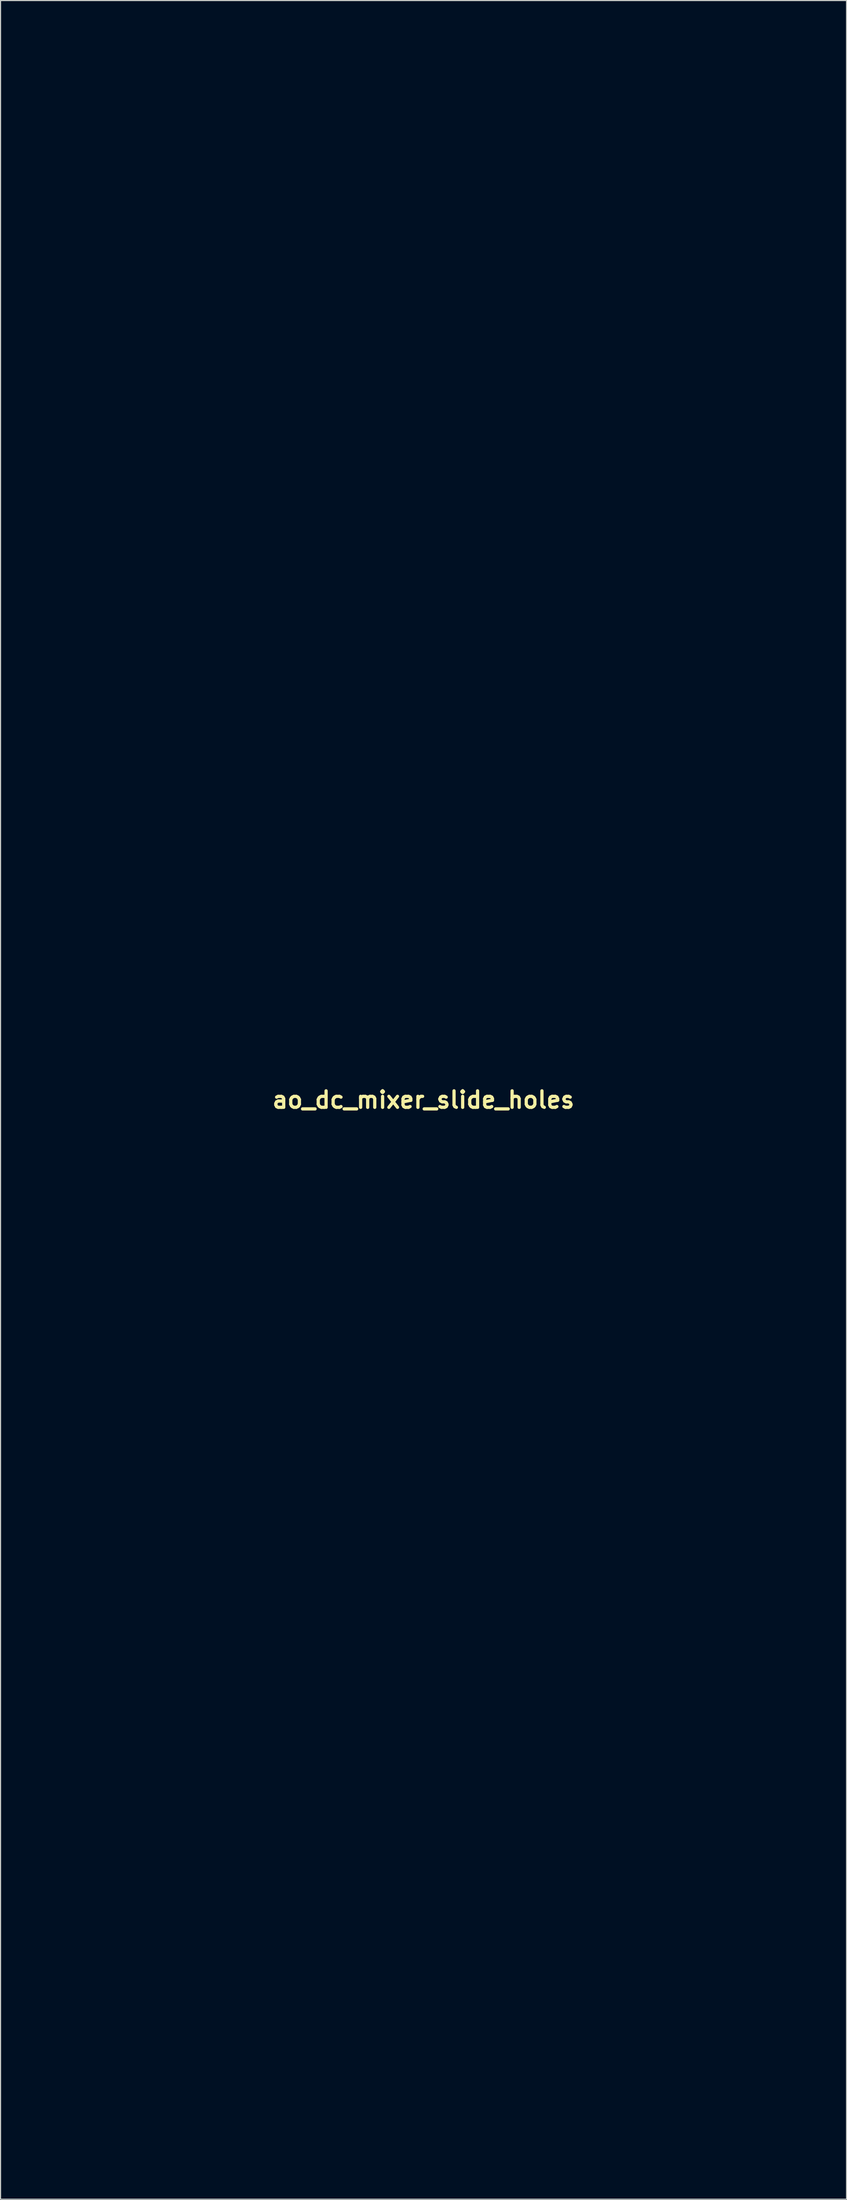
<source format=kicad_pcb>
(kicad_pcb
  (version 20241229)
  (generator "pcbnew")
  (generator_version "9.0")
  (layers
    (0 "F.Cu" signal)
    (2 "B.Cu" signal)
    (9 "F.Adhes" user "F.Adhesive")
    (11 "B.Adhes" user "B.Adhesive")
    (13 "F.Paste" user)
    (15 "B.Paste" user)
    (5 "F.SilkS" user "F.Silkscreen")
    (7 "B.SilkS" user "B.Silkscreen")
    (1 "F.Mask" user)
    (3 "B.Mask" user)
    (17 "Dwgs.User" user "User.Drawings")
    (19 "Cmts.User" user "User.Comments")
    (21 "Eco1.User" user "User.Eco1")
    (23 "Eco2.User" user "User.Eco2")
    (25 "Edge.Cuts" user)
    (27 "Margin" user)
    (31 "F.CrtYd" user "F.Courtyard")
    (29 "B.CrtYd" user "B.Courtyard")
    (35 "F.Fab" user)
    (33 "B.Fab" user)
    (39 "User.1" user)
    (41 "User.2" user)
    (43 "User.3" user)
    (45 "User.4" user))
  (footprint "ao_dc_mixer_slide_holes"
    (layer "F.Cu")
    (at 36.096 98.605)
    (property "Reference" "ao_dc_mixer_slide_holes" (at 0 0 0) (layer "F.SilkS") (effects (font (size 1.524 1.524) (thickness 0.3))))
    (attr through_hole)
    (fp_poly (pts (xy -29.185 2.997) (xy -30.785 2.997) (xy -30.785 -63.017) (xy -29.185 -63.017) (xy -29.185 2.997)) (stroke (width 0.01) (type solid)) (fill no) (layer "Eco1.User"))
    (fp_poly (pts (xy 0.813 2.997) (xy -0.787 2.997) (xy -0.787 -63.017) (xy 0.813 -63.017) (xy 0.813 2.997)) (stroke (width 0.01) (type solid)) (fill no) (layer "Eco1.User"))
    (fp_poly (pts (xy 30.81 2.997) (xy 29.21 2.997) (xy 29.21 -63.017) (xy 30.81 -63.017) (xy 30.81 2.997)) (stroke (width 0.01) (type solid)) (fill no) (layer "Eco1.User"))
    (fp_poly (pts (xy -14.18 -30.004) (xy -14.173 2.997) (xy -15.799 2.997) (xy -15.786 -63.005) (xy -14.186 -63.005) (xy -14.18 -30.004)) (stroke (width 0.01) (type solid)) (fill no) (layer "Eco1.User"))
    (fp_poly (pts (xy 15.818 -30.004) (xy 15.824 2.997) (xy 14.199 2.997) (xy 14.211 -63.005) (xy 15.812 -63.005) (xy 15.818 -30.004)) (stroke (width 0.01) (type solid)) (fill no) (layer "Eco1.User"))
    (fp_poly (pts (xy -29.807 23.409) (xy -29.545 23.46) (xy -29.302 23.551) (xy -29.082 23.678) (xy -28.887 23.838) (xy -28.72 24.024) (xy -28.584 24.234) (xy -28.481 24.462) (xy -28.414 24.705) (xy -28.387 24.958) (xy -28.401 25.217) (xy -28.46 25.478) (xy -28.566 25.737) (xy -28.57 25.743) (xy -28.689 25.93) (xy -28.846 26.111) (xy -29.026 26.272) (xy -29.217 26.4) (xy -29.286 26.435) (xy -29.513 26.528) (xy -29.729 26.583) (xy -29.951 26.602) (xy -30.191 26.589) (xy -30.451 26.538) (xy -30.694 26.443) (xy -30.915 26.309) (xy -31.111 26.141) (xy -31.279 25.946) (xy -31.415 25.727) (xy -31.515 25.489) (xy -31.577 25.238) (xy -31.595 24.979) (xy -31.583 24.867) (xy -30.988 24.867) (xy -30.988 25.121) (xy -30.124 25.121) (xy -30.124 25.984) (xy -29.87 25.984) (xy -29.87 25.121) (xy -29.007 25.121) (xy -29.007 24.867) (xy -29.87 24.867) (xy -29.87 24.003) (xy -30.124 24.003) (xy -30.124 24.867) (xy -30.988 24.867) (xy -31.583 24.867) (xy -31.568 24.717) (xy -31.551 24.643) (xy -31.484 24.423) (xy -31.4 24.238) (xy -31.29 24.07) (xy -31.145 23.904) (xy -31.128 23.887) (xy -30.923 23.703) (xy -30.713 23.567) (xy -30.49 23.473) (xy -30.247 23.418) (xy -30.086 23.402) (xy -29.807 23.409)) (stroke (width 0.01) (type solid)) (fill no) (layer "Eco1.User"))
    (fp_poly (pts (xy 30.112 23.403) (xy 30.37 23.435) (xy 30.599 23.502) (xy 30.809 23.607) (xy 31.011 23.754) (xy 31.141 23.875) (xy 31.292 24.04) (xy 31.406 24.201) (xy 31.491 24.373) (xy 31.558 24.574) (xy 31.573 24.627) (xy 31.617 24.897) (xy 31.615 25.162) (xy 31.569 25.415) (xy 31.482 25.655) (xy 31.359 25.876) (xy 31.203 26.075) (xy 31.017 26.248) (xy 30.804 26.391) (xy 30.569 26.5) (xy 30.314 26.571) (xy 30.043 26.599) (xy 29.845 26.592) (xy 29.666 26.567) (xy 29.509 26.525) (xy 29.348 26.458) (xy 29.273 26.421) (xy 29.119 26.323) (xy 28.959 26.191) (xy 28.808 26.039) (xy 28.679 25.879) (xy 28.595 25.743) (xy 28.485 25.478) (xy 28.424 25.207) (xy 28.412 24.932) (xy 28.42 24.867) (xy 29.032 24.867) (xy 29.032 25.121) (xy 29.896 25.121) (xy 29.896 25.984) (xy 30.15 25.984) (xy 30.15 25.121) (xy 31.013 25.121) (xy 31.013 24.867) (xy 30.15 24.867) (xy 30.15 24.003) (xy 29.896 24.003) (xy 29.896 24.867) (xy 29.032 24.867) (xy 28.42 24.867) (xy 28.447 24.661) (xy 28.53 24.398) (xy 28.66 24.148) (xy 28.68 24.116) (xy 28.858 23.894) (xy 29.067 23.71) (xy 29.301 23.566) (xy 29.557 23.465) (xy 29.828 23.41) (xy 30.109 23.402) (xy 30.112 23.403)) (stroke (width 0.01) (type solid)) (fill no) (layer "Eco1.User"))
    (fp_poly (pts (xy -29.616 -71.559) (xy -29.358 -71.472) (xy -29.116 -71.34) (xy -28.895 -71.163) (xy -28.865 -71.134) (xy -28.676 -70.914) (xy -28.536 -70.677) (xy -28.442 -70.422) (xy -28.396 -70.149) (xy -28.391 -70.028) (xy -28.396 -69.835) (xy -28.419 -69.668) (xy -28.465 -69.507) (xy -28.538 -69.33) (xy -28.555 -69.293) (xy -28.689 -69.068) (xy -28.864 -68.866) (xy -29.071 -68.692) (xy -29.302 -68.553) (xy -29.551 -68.455) (xy -29.603 -68.441) (xy -29.735 -68.418) (xy -29.898 -68.407) (xy -30.072 -68.407) (xy -30.239 -68.418) (xy -30.378 -68.44) (xy -30.384 -68.442) (xy -30.626 -68.526) (xy -30.857 -68.654) (xy -31.068 -68.819) (xy -31.251 -69.017) (xy -31.4 -69.239) (xy -31.451 -69.34) (xy -31.543 -69.6) (xy -31.588 -69.865) (xy -31.587 -70.129) (xy -30.988 -70.129) (xy -30.988 -69.875) (xy -30.124 -69.875) (xy -30.124 -69.012) (xy -29.87 -69.012) (xy -29.87 -69.875) (xy -29.007 -69.875) (xy -29.007 -70.129) (xy -29.87 -70.129) (xy -29.87 -70.993) (xy -30.124 -70.993) (xy -30.124 -70.129) (xy -30.988 -70.129) (xy -31.587 -70.129) (xy -31.587 -70.13) (xy -31.543 -70.391) (xy -31.458 -70.64) (xy -31.333 -70.872) (xy -31.172 -71.083) (xy -30.975 -71.265) (xy -30.745 -71.413) (xy -30.696 -71.438) (xy -30.428 -71.54) (xy -30.156 -71.594) (xy -29.883 -71.6) (xy -29.616 -71.559)) (stroke (width 0.01) (type solid)) (fill no) (layer "Eco1.User"))
    (fp_poly (pts (xy 30.288 -71.579) (xy 30.546 -71.513) (xy 30.783 -71.406) (xy 30.997 -71.265) (xy 31.184 -71.094) (xy 31.341 -70.896) (xy 31.467 -70.676) (xy 31.557 -70.44) (xy 31.609 -70.191) (xy 31.62 -69.933) (xy 31.587 -69.672) (xy 31.507 -69.412) (xy 31.477 -69.34) (xy 31.345 -69.11) (xy 31.175 -68.901) (xy 30.974 -68.721) (xy 30.749 -68.576) (xy 30.509 -68.471) (xy 30.358 -68.43) (xy 30.23 -68.413) (xy 30.074 -68.405) (xy 29.909 -68.407) (xy 29.755 -68.419) (xy 29.629 -68.439) (xy 29.616 -68.442) (xy 29.374 -68.53) (xy 29.144 -68.66) (xy 28.934 -68.825) (xy 28.754 -69.019) (xy 28.611 -69.232) (xy 28.581 -69.293) (xy 28.502 -69.474) (xy 28.451 -69.635) (xy 28.424 -69.797) (xy 28.415 -69.98) (xy 28.416 -70.028) (xy 28.426 -70.129) (xy 29.032 -70.129) (xy 29.032 -69.875) (xy 29.896 -69.875) (xy 29.896 -69.012) (xy 30.15 -69.012) (xy 30.15 -69.875) (xy 31.013 -69.875) (xy 31.013 -70.129) (xy 30.15 -70.129) (xy 30.15 -70.993) (xy 29.896 -70.993) (xy 29.896 -70.129) (xy 29.032 -70.129) (xy 28.426 -70.129) (xy 28.443 -70.305) (xy 28.516 -70.567) (xy 28.63 -70.807) (xy 28.781 -71.024) (xy 28.965 -71.212) (xy 29.178 -71.368) (xy 29.416 -71.487) (xy 29.675 -71.566) (xy 29.951 -71.601) (xy 30.012 -71.602) (xy 30.288 -71.579)) (stroke (width 0.01) (type solid)) (fill no) (layer "Eco1.User"))
    (fp_poly (pts (xy 33.444 -98.59) (xy 33.733 -98.59) (xy 33.979 -98.59) (xy 34.186 -98.589) (xy 34.358 -98.587) (xy 34.499 -98.586) (xy 34.613 -98.583) (xy 34.704 -98.579) (xy 34.776 -98.575) (xy 34.832 -98.57) (xy 34.878 -98.563) (xy 34.916 -98.555) (xy 34.951 -98.545) (xy 34.987 -98.534) (xy 34.989 -98.534) (xy 35.235 -98.431) (xy 35.465 -98.286) (xy 35.671 -98.106) (xy 35.842 -97.9) (xy 35.897 -97.813) (xy 36.016 -97.563) (xy 36.089 -97.302) (xy 36.116 -97.037) (xy 36.099 -96.772) (xy 36.04 -96.514) (xy 35.939 -96.268) (xy 35.799 -96.042) (xy 35.62 -95.839) (xy 35.405 -95.667) (xy 35.291 -95.599) (xy 35.163 -95.533) (xy 35.047 -95.483) (xy 35.044 -95.482) (xy 34.861 -95.415) (xy 33.16 -95.41) (xy 32.813 -95.409) (xy 32.514 -95.409) (xy 32.258 -95.409) (xy 32.042 -95.41) (xy 31.862 -95.411) (xy 31.715 -95.413) (xy 31.596 -95.416) (xy 31.502 -95.42) (xy 31.429 -95.425) (xy 31.375 -95.431) (xy 31.334 -95.438) (xy 31.318 -95.442) (xy 31.067 -95.534) (xy 30.832 -95.669) (xy 30.62 -95.841) (xy 30.438 -96.044) (xy 30.29 -96.272) (xy 30.184 -96.518) (xy 30.161 -96.596) (xy 30.134 -96.745) (xy 30.119 -96.92) (xy 30.118 -97.101) (xy 30.131 -97.268) (xy 30.147 -97.358) (xy 30.203 -97.532) (xy 30.289 -97.718) (xy 30.394 -97.897) (xy 30.508 -98.051) (xy 30.526 -98.071) (xy 30.702 -98.237) (xy 30.907 -98.381) (xy 31.122 -98.492) (xy 31.22 -98.529) (xy 31.407 -98.59) (xy 33.109 -98.59) (xy 33.444 -98.59)) (stroke (width 0.01) (type solid)) (fill no) (layer "Eco1.User"))
    (fp_poly (pts (xy -32.87 95.399) (xy -32.604 95.4) (xy -32.348 95.402) (xy -32.107 95.406) (xy -31.887 95.41) (xy -31.693 95.415) (xy -31.532 95.421) (xy -31.407 95.429) (xy -31.326 95.437) (xy -31.304 95.441) (xy -31.048 95.531) (xy -30.81 95.665) (xy -30.597 95.837) (xy -30.413 96.04) (xy -30.265 96.27) (xy -30.158 96.519) (xy -30.136 96.596) (xy -30.108 96.745) (xy -30.094 96.92) (xy -30.093 97.101) (xy -30.106 97.268) (xy -30.122 97.358) (xy -30.205 97.608) (xy -30.333 97.845) (xy -30.498 98.062) (xy -30.694 98.251) (xy -30.915 98.404) (xy -31.052 98.474) (xy -31.109 98.499) (xy -31.163 98.52) (xy -31.218 98.539) (xy -31.278 98.554) (xy -31.347 98.566) (xy -31.429 98.577) (xy -31.529 98.585) (xy -31.65 98.591) (xy -31.796 98.595) (xy -31.972 98.598) (xy -32.182 98.6) (xy -32.429 98.601) (xy -32.719 98.601) (xy -33.055 98.601) (xy -33.096 98.601) (xy -33.425 98.601) (xy -33.707 98.6) (xy -33.947 98.599) (xy -34.148 98.598) (xy -34.314 98.596) (xy -34.451 98.594) (xy -34.561 98.591) (xy -34.649 98.587) (xy -34.719 98.581) (xy -34.776 98.575) (xy -34.823 98.568) (xy -34.864 98.559) (xy -34.89 98.552) (xy -35.154 98.459) (xy -35.388 98.328) (xy -35.592 98.164) (xy -35.763 97.972) (xy -35.9 97.758) (xy -36.002 97.525) (xy -36.066 97.28) (xy -36.091 97.026) (xy -36.075 96.769) (xy -36.018 96.514) (xy -35.916 96.266) (xy -35.769 96.03) (xy -35.739 95.991) (xy -35.571 95.815) (xy -35.367 95.66) (xy -35.142 95.536) (xy -34.908 95.451) (xy -34.868 95.441) (xy -34.805 95.432) (xy -34.696 95.424) (xy -34.549 95.418) (xy -34.367 95.412) (xy -34.157 95.407) (xy -33.924 95.404) (xy -33.673 95.401) (xy -33.41 95.399) (xy -33.141 95.399) (xy -32.87 95.399)) (stroke (width 0.01) (type solid)) (fill no) (layer "Eco1.User"))
    (fp_poly (pts (xy -32.179 -98.599) (xy -31.94 -98.598) (xy -31.746 -98.595) (xy -31.593 -98.591) (xy -31.48 -98.586) (xy -31.406 -98.58) (xy -31.382 -98.577) (xy -31.128 -98.504) (xy -30.889 -98.386) (xy -30.671 -98.23) (xy -30.478 -98.04) (xy -30.318 -97.823) (xy -30.195 -97.583) (xy -30.122 -97.358) (xy -30.1 -97.212) (xy -30.092 -97.039) (xy -30.097 -96.857) (xy -30.116 -96.689) (xy -30.136 -96.596) (xy -30.229 -96.343) (xy -30.365 -96.107) (xy -30.538 -95.896) (xy -30.743 -95.714) (xy -30.974 -95.568) (xy -31.224 -95.464) (xy -31.304 -95.441) (xy -31.363 -95.433) (xy -31.468 -95.425) (xy -31.612 -95.419) (xy -31.791 -95.413) (xy -31.998 -95.409) (xy -32.229 -95.405) (xy -32.478 -95.403) (xy -32.74 -95.401) (xy -33.009 -95.401) (xy -33.279 -95.401) (xy -33.546 -95.402) (xy -33.804 -95.404) (xy -34.047 -95.407) (xy -34.269 -95.411) (xy -34.467 -95.416) (xy -34.633 -95.422) (xy -34.762 -95.429) (xy -34.85 -95.437) (xy -34.879 -95.442) (xy -35.129 -95.527) (xy -35.364 -95.657) (xy -35.577 -95.823) (xy -35.759 -96.02) (xy -35.902 -96.241) (xy -35.914 -96.265) (xy -35.985 -96.416) (xy -36.033 -96.547) (xy -36.062 -96.676) (xy -36.077 -96.82) (xy -36.08 -96.99) (xy -36.078 -97.141) (xy -36.071 -97.258) (xy -36.056 -97.356) (xy -36.031 -97.451) (xy -36.024 -97.472) (xy -35.917 -97.729) (xy -35.767 -97.964) (xy -35.579 -98.17) (xy -35.359 -98.344) (xy -35.112 -98.48) (xy -34.976 -98.533) (xy -34.942 -98.545) (xy -34.908 -98.555) (xy -34.871 -98.563) (xy -34.825 -98.57) (xy -34.769 -98.575) (xy -34.696 -98.58) (xy -34.604 -98.584) (xy -34.487 -98.587) (xy -34.343 -98.59) (xy -34.167 -98.592) (xy -33.956 -98.593) (xy -33.704 -98.595) (xy -33.408 -98.597) (xy -33.172 -98.598) (xy -32.793 -98.599) (xy -32.462 -98.6) (xy -32.179 -98.599)) (stroke (width 0.01) (type solid)) (fill no) (layer "Eco1.User"))
    (fp_poly (pts (xy 33.319 95.399) (xy 33.585 95.4) (xy 33.842 95.402) (xy 34.084 95.406) (xy 34.306 95.41) (xy 34.501 95.415) (xy 34.665 95.422) (xy 34.791 95.429) (xy 34.875 95.437) (xy 34.897 95.441) (xy 35.152 95.527) (xy 35.389 95.657) (xy 35.602 95.828) (xy 35.787 96.034) (xy 35.94 96.272) (xy 36.055 96.537) (xy 36.058 96.545) (xy 36.089 96.678) (xy 36.106 96.843) (xy 36.109 97.024) (xy 36.099 97.206) (xy 36.075 97.371) (xy 36.05 97.472) (xy 35.942 97.729) (xy 35.792 97.964) (xy 35.605 98.17) (xy 35.385 98.344) (xy 35.137 98.48) (xy 35.001 98.534) (xy 34.968 98.545) (xy 34.934 98.554) (xy 34.898 98.563) (xy 34.854 98.569) (xy 34.798 98.575) (xy 34.727 98.58) (xy 34.637 98.583) (xy 34.524 98.586) (xy 34.383 98.589) (xy 34.211 98.59) (xy 34.003 98.592) (xy 33.757 98.593) (xy 33.467 98.594) (xy 33.16 98.595) (xy 32.811 98.595) (xy 32.509 98.596) (xy 32.251 98.595) (xy 32.033 98.594) (xy 31.851 98.592) (xy 31.703 98.59) (xy 31.585 98.586) (xy 31.493 98.582) (xy 31.423 98.577) (xy 31.372 98.57) (xy 31.344 98.565) (xy 31.086 98.475) (xy 30.842 98.341) (xy 30.62 98.167) (xy 30.508 98.053) (xy 30.407 97.919) (xy 30.308 97.755) (xy 30.223 97.579) (xy 30.162 97.412) (xy 30.147 97.358) (xy 30.125 97.215) (xy 30.117 97.043) (xy 30.122 96.863) (xy 30.139 96.696) (xy 30.159 96.599) (xy 30.25 96.349) (xy 30.384 96.115) (xy 30.556 95.904) (xy 30.759 95.722) (xy 30.988 95.575) (xy 31.235 95.468) (xy 31.33 95.441) (xy 31.391 95.432) (xy 31.497 95.424) (xy 31.643 95.418) (xy 31.824 95.412) (xy 32.033 95.407) (xy 32.265 95.403) (xy 32.516 95.401) (xy 32.778 95.399) (xy 33.048 95.398) (xy 33.319 95.399)) (stroke (width 0.01) (type solid)) (fill no) (layer "Eco1.User"))
    (fp_poly (pts (xy 25.465 70.02) (xy 25.901 70.073) (xy 26.319 70.165) (xy 26.729 70.297) (xy 27.14 70.473) (xy 27.191 70.497) (xy 27.529 70.674) (xy 27.831 70.861) (xy 28.112 71.068) (xy 28.387 71.306) (xy 28.458 71.374) (xy 28.811 71.745) (xy 29.121 72.143) (xy 29.386 72.564) (xy 29.606 73.008) (xy 29.781 73.473) (xy 29.909 73.957) (xy 29.985 74.422) (xy 30.019 74.917) (xy 30.004 75.407) (xy 29.941 75.888) (xy 29.832 76.357) (xy 29.68 76.811) (xy 29.484 77.248) (xy 29.248 77.665) (xy 28.973 78.058) (xy 28.661 78.424) (xy 28.312 78.761) (xy 27.93 79.065) (xy 27.514 79.334) (xy 27.151 79.526) (xy 26.711 79.709) (xy 26.248 79.849) (xy 25.772 79.945) (xy 25.288 79.997) (xy 24.805 80.002) (xy 24.511 79.981) (xy 24.03 79.907) (xy 23.556 79.784) (xy 23.093 79.616) (xy 22.647 79.404) (xy 22.225 79.15) (xy 21.831 78.858) (xy 21.806 78.838) (xy 21.441 78.502) (xy 21.117 78.139) (xy 20.834 77.752) (xy 20.593 77.345) (xy 20.393 76.921) (xy 20.235 76.483) (xy 20.119 76.035) (xy 20.046 75.578) (xy 20.014 75.118) (xy 20.019 74.879) (xy 22.53 74.879) (xy 22.53 75.133) (xy 24.892 75.133) (xy 24.892 77.495) (xy 25.146 77.495) (xy 25.146 75.133) (xy 27.508 75.133) (xy 27.508 74.879) (xy 25.146 74.879) (xy 25.146 72.517) (xy 24.892 72.517) (xy 24.892 74.879) (xy 22.53 74.879) (xy 20.019 74.879) (xy 20.024 74.656) (xy 20.077 74.196) (xy 20.173 73.741) (xy 20.311 73.295) (xy 20.492 72.86) (xy 20.717 72.44) (xy 20.984 72.039) (xy 21.295 71.658) (xy 21.478 71.465) (xy 21.854 71.124) (xy 22.255 70.826) (xy 22.68 70.572) (xy 23.126 70.364) (xy 23.59 70.202) (xy 24.071 70.087) (xy 24.566 70.021) (xy 25.001 70.002) (xy 25.465 70.02)) (stroke (width 0.01) (type solid)) (fill no) (layer "Eco1.User"))
    (fp_poly (pts (xy 0.367 45.008) (xy 0.679 45.036) (xy 0.847 45.061) (xy 1.341 45.174) (xy 1.816 45.332) (xy 2.269 45.534) (xy 2.697 45.778) (xy 3.098 46.062) (xy 3.468 46.383) (xy 3.807 46.74) (xy 4.11 47.131) (xy 4.375 47.553) (xy 4.521 47.834) (xy 4.715 48.292) (xy 4.86 48.761) (xy 4.958 49.236) (xy 5.008 49.716) (xy 5.013 50.196) (xy 4.971 50.672) (xy 4.885 51.142) (xy 4.754 51.602) (xy 4.578 52.049) (xy 4.36 52.478) (xy 4.099 52.888) (xy 3.796 53.274) (xy 3.489 53.597) (xy 3.109 53.928) (xy 2.702 54.218) (xy 2.271 54.464) (xy 1.821 54.665) (xy 1.353 54.821) (xy 0.871 54.93) (xy 0.379 54.992) (xy -0.122 55.004) (xy -0.381 54.991) (xy -0.869 54.928) (xy -1.351 54.816) (xy -1.823 54.655) (xy -2.271 54.451) (xy -2.701 54.203) (xy -3.098 53.918) (xy -3.461 53.602) (xy -3.787 53.255) (xy -4.077 52.882) (xy -4.329 52.486) (xy -4.542 52.069) (xy -4.715 51.636) (xy -4.847 51.188) (xy -4.937 50.729) (xy -4.984 50.263) (xy -4.986 49.886) (xy -2.489 49.886) (xy -2.489 50.114) (xy -1.302 50.12) (xy -0.114 50.127) (xy -0.101 52.502) (xy 0.126 52.502) (xy 0.133 51.314) (xy 0.14 50.127) (xy 1.327 50.12) (xy 2.515 50.114) (xy 2.515 49.886) (xy 0.14 49.873) (xy 0.133 48.685) (xy 0.126 47.498) (xy -0.101 47.498) (xy -0.114 49.873) (xy -2.489 49.886) (xy -4.986 49.886) (xy -4.987 49.792) (xy -4.945 49.319) (xy -4.857 48.848) (xy -4.721 48.381) (xy -4.537 47.922) (xy -4.496 47.834) (xy -4.257 47.395) (xy -3.977 46.985) (xy -3.661 46.607) (xy -3.311 46.263) (xy -2.93 45.956) (xy -2.52 45.686) (xy -2.085 45.457) (xy -1.628 45.272) (xy -1.151 45.131) (xy -0.942 45.086) (xy -0.638 45.039) (xy -0.308 45.01) (xy 0.032 45) (xy 0.367 45.008)) (stroke (width 0.01) (type solid)) (fill no) (layer "Eco1.User"))
    (fp_poly (pts (xy 25.615 45.032) (xy 26.092 45.114) (xy 26.555 45.24) (xy 27.003 45.409) (xy 27.432 45.62) (xy 27.84 45.871) (xy 28.222 46.161) (xy 28.577 46.487) (xy 28.901 46.849) (xy 29.191 47.245) (xy 29.444 47.674) (xy 29.517 47.817) (xy 29.712 48.274) (xy 29.859 48.745) (xy 29.959 49.226) (xy 30.011 49.712) (xy 30.015 50.201) (xy 29.972 50.688) (xy 29.881 51.17) (xy 29.742 51.643) (xy 29.555 52.103) (xy 29.517 52.182) (xy 29.275 52.624) (xy 28.994 53.034) (xy 28.677 53.41) (xy 28.327 53.751) (xy 27.946 54.055) (xy 27.538 54.32) (xy 27.105 54.545) (xy 26.649 54.727) (xy 26.174 54.865) (xy 25.682 54.957) (xy 25.354 54.991) (xy 25.222 55) (xy 25.105 55.007) (xy 25.015 55.011) (xy 24.961 55.013) (xy 24.956 55.013) (xy 24.91 55.009) (xy 24.826 55.003) (xy 24.719 54.996) (xy 24.636 54.99) (xy 24.15 54.929) (xy 23.672 54.82) (xy 23.205 54.663) (xy 22.753 54.461) (xy 22.321 54.214) (xy 21.912 53.924) (xy 21.776 53.814) (xy 21.42 53.482) (xy 21.1 53.118) (xy 20.818 52.724) (xy 20.576 52.305) (xy 20.375 51.865) (xy 20.217 51.407) (xy 20.102 50.935) (xy 20.034 50.452) (xy 20.012 49.963) (xy 20.016 49.886) (xy 22.53 49.886) (xy 22.53 50.114) (xy 24.879 50.127) (xy 24.893 52.502) (xy 25.146 52.502) (xy 25.146 50.114) (xy 27.508 50.114) (xy 27.508 49.886) (xy 25.146 49.886) (xy 25.146 47.498) (xy 24.893 47.498) (xy 24.879 49.873) (xy 23.705 49.88) (xy 22.53 49.886) (xy 20.016 49.886) (xy 20.038 49.472) (xy 20.054 49.341) (xy 20.142 48.857) (xy 20.277 48.389) (xy 20.455 47.941) (xy 20.674 47.513) (xy 20.932 47.111) (xy 21.226 46.735) (xy 21.554 46.389) (xy 21.913 46.075) (xy 22.301 45.796) (xy 22.714 45.554) (xy 23.151 45.352) (xy 23.609 45.194) (xy 24.086 45.08) (xy 24.138 45.071) (xy 24.635 45.01) (xy 25.128 44.997) (xy 25.615 45.032)) (stroke (width 0.01) (type solid)) (fill no) (layer "Eco1.User"))
    (fp_poly (pts (xy -24.323 45.04) (xy -23.834 45.129) (xy -23.653 45.175) (xy -23.188 45.328) (xy -22.743 45.525) (xy -22.322 45.765) (xy -21.926 46.044) (xy -21.559 46.359) (xy -21.223 46.709) (xy -20.922 47.089) (xy -20.658 47.497) (xy -20.434 47.931) (xy -20.252 48.388) (xy -20.181 48.616) (xy -20.125 48.817) (xy -20.082 48.995) (xy -20.05 49.161) (xy -20.028 49.327) (xy -20.014 49.506) (xy -20.006 49.709) (xy -20.004 49.949) (xy -20.004 50) (xy -20.006 50.248) (xy -20.012 50.457) (xy -20.025 50.64) (xy -20.045 50.807) (xy -20.075 50.973) (xy -20.116 51.147) (xy -20.169 51.343) (xy -20.181 51.384) (xy -20.341 51.854) (xy -20.545 52.3) (xy -20.788 52.718) (xy -21.067 53.108) (xy -21.382 53.466) (xy -21.727 53.793) (xy -22.101 54.084) (xy -22.502 54.339) (xy -22.925 54.556) (xy -23.368 54.732) (xy -23.83 54.866) (xy -24.306 54.956) (xy -24.794 55) (xy -25.291 54.996) (xy -25.378 54.99) (xy -25.865 54.929) (xy -26.341 54.82) (xy -26.801 54.665) (xy -27.243 54.466) (xy -27.664 54.226) (xy -28.06 53.947) (xy -28.428 53.63) (xy -28.765 53.279) (xy -29.068 52.894) (xy -29.335 52.479) (xy -29.492 52.182) (xy -29.687 51.726) (xy -29.834 51.255) (xy -29.934 50.774) (xy -29.985 50.288) (xy -29.989 49.886) (xy -27.483 49.886) (xy -27.483 50.114) (xy -25.121 50.114) (xy -25.121 52.502) (xy -24.867 52.502) (xy -24.861 51.314) (xy -24.854 50.127) (xy -22.504 50.114) (xy -22.504 49.886) (xy -23.679 49.88) (xy -24.854 49.873) (xy -24.861 48.685) (xy -24.867 47.498) (xy -25.121 47.498) (xy -25.121 49.886) (xy -27.483 49.886) (xy -29.989 49.886) (xy -29.99 49.799) (xy -29.946 49.311) (xy -29.855 48.829) (xy -29.716 48.357) (xy -29.53 47.897) (xy -29.492 47.817) (xy -29.251 47.38) (xy -28.973 46.974) (xy -28.661 46.602) (xy -28.318 46.266) (xy -27.947 45.966) (xy -27.55 45.703) (xy -27.131 45.48) (xy -26.693 45.297) (xy -26.239 45.157) (xy -25.772 45.059) (xy -25.295 45.006) (xy -24.811 45) (xy -24.323 45.04)) (stroke (width 0.01) (type solid)) (fill no) (layer "Eco1.User"))
    (fp_poly (pts (xy 0.19 70.005) (xy 0.404 70.012) (xy 0.586 70.026) (xy 0.61 70.029) (xy 1.103 70.115) (xy 1.58 70.248) (xy 2.039 70.425) (xy 2.476 70.646) (xy 2.889 70.906) (xy 3.274 71.206) (xy 3.629 71.541) (xy 3.951 71.911) (xy 4.236 72.312) (xy 4.482 72.744) (xy 4.49 72.76) (xy 4.689 73.214) (xy 4.841 73.679) (xy 4.945 74.153) (xy 5.003 74.631) (xy 5.015 75.111) (xy 4.981 75.588) (xy 4.903 76.059) (xy 4.779 76.521) (xy 4.612 76.97) (xy 4.402 77.402) (xy 4.148 77.815) (xy 3.853 78.204) (xy 3.611 78.47) (xy 3.235 78.823) (xy 2.838 79.129) (xy 2.419 79.389) (xy 1.976 79.604) (xy 1.51 79.775) (xy 1.019 79.901) (xy 0.838 79.936) (xy 0.698 79.955) (xy 0.524 79.972) (xy 0.33 79.986) (xy 0.131 79.996) (xy -0.061 80.001) (xy -0.231 80.001) (xy -0.367 79.996) (xy -0.381 79.994) (xy -0.885 79.924) (xy -1.376 79.806) (xy -1.849 79.642) (xy -2.302 79.434) (xy -2.731 79.183) (xy -3.133 78.891) (xy -3.156 78.871) (xy -3.293 78.752) (xy -3.448 78.604) (xy -3.608 78.442) (xy -3.762 78.276) (xy -3.899 78.119) (xy -3.997 77.996) (xy -4.274 77.584) (xy -4.507 77.148) (xy -4.695 76.692) (xy -4.838 76.221) (xy -4.935 75.737) (xy -4.984 75.246) (xy -4.985 74.88) (xy -2.489 74.88) (xy -2.489 75.133) (xy -0.102 75.133) (xy -0.102 77.495) (xy 0.127 77.495) (xy 0.127 75.133) (xy 2.515 75.133) (xy 2.515 74.88) (xy 0.14 74.867) (xy 0.126 72.517) (xy -0.101 72.517) (xy -0.108 73.692) (xy -0.114 74.867) (xy -2.489 74.88) (xy -4.985 74.88) (xy -4.986 74.75) (xy -4.938 74.254) (xy -4.914 74.108) (xy -4.804 73.629) (xy -4.648 73.169) (xy -4.449 72.729) (xy -4.21 72.313) (xy -3.933 71.924) (xy -3.621 71.562) (xy -3.276 71.232) (xy -2.901 70.936) (xy -2.499 70.675) (xy -2.071 70.453) (xy -1.622 70.272) (xy -1.152 70.134) (xy -0.666 70.042) (xy -0.484 70.023) (xy -0.27 70.01) (xy -0.04 70.004) (xy 0.19 70.005)) (stroke (width 0.01) (type solid)) (fill no) (layer "Eco1.User")))
  (gr_rect
    (start -3 -3)
    (end 75.217 200.211)
    (stroke (width 0.1) (type default))
    (fill no)
    (layer "Edge.Cuts")))
</source>
